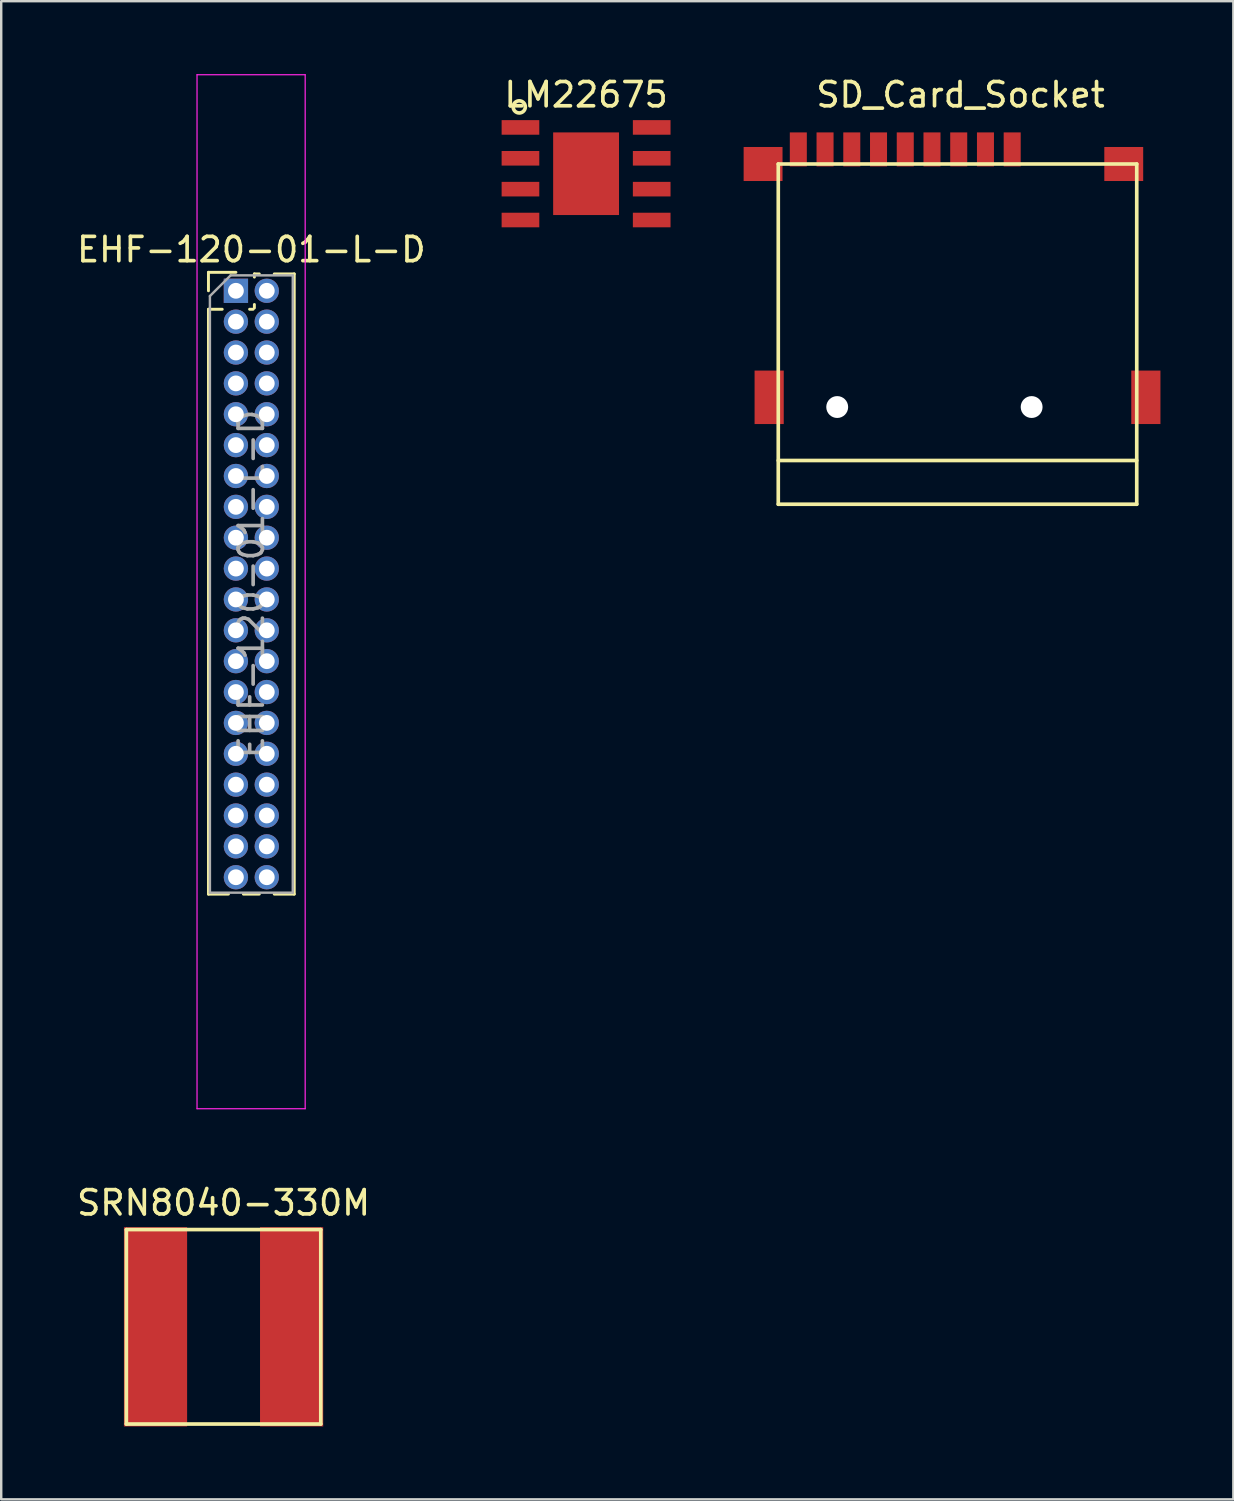
<source format=kicad_pcb>
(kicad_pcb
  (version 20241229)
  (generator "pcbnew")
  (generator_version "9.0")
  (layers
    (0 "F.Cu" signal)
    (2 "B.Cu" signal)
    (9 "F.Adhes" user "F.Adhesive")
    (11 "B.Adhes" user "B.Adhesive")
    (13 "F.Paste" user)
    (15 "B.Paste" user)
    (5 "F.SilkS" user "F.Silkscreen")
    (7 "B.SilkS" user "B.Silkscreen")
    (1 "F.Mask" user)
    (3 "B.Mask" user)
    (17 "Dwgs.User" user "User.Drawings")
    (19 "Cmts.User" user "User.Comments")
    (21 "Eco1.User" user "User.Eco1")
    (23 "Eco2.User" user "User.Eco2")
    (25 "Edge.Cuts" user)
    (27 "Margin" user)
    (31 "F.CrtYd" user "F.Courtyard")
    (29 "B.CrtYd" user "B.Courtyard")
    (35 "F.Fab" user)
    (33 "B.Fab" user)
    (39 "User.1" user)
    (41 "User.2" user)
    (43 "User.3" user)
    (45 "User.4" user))
  (footprint "EHF-120-01-L-D"
    (layer "F.Cu")
    (at 6.657 8.915)
    (property "Reference" "EHF-120-01-L-D" (at 0.635 -1.695 0) (layer "F.SilkS") (effects (font (size 1 1) (thickness 0.15))))
    (attr through_hole)
    (fp_line (start -1.13 -0.76) (end 0 -0.76) (stroke (width 0.12) (type solid)) (layer "F.SilkS"))
    (fp_line (start -1.13 0) (end -1.13 -0.76) (stroke (width 0.12) (type solid)) (layer "F.SilkS"))
    (fp_line (start -1.13 0.76) (end -1.13 24.825) (stroke (width 0.12) (type solid)) (layer "F.SilkS"))
    (fp_line (start -1.13 0.76) (end -0.563 0.76) (stroke (width 0.12) (type solid)) (layer "F.SilkS"))
    (fp_line (start -1.13 24.825) (end -0.308 24.825) (stroke (width 0.12) (type solid)) (layer "F.SilkS"))
    (fp_line (start 0.308 24.825) (end 0.962 24.825) (stroke (width 0.12) (type solid)) (layer "F.SilkS"))
    (fp_line (start 0.563 0.76) (end 0.707 0.76) (stroke (width 0.12) (type solid)) (layer "F.SilkS"))
    (fp_line (start 0.76 -0.695) (end 0.962 -0.695) (stroke (width 0.12) (type solid)) (layer "F.SilkS"))
    (fp_line (start 0.76 -0.563) (end 0.76 -0.695) (stroke (width 0.12) (type solid)) (layer "F.SilkS"))
    (fp_line (start 0.76 0.707) (end 0.76 0.563) (stroke (width 0.12) (type solid)) (layer "F.SilkS"))
    (fp_line (start 1.578 -0.695) (end 2.4 -0.695) (stroke (width 0.12) (type solid)) (layer "F.SilkS"))
    (fp_line (start 1.578 24.825) (end 2.4 24.825) (stroke (width 0.12) (type solid)) (layer "F.SilkS"))
    (fp_line (start 2.4 -0.695) (end 2.4 24.825) (stroke (width 0.12) (type solid)) (layer "F.SilkS"))
    (fp_line (start -1.6 -8.89) (end -1.6 33.655) (stroke (width 0.05) (type solid)) (layer "F.CrtYd"))
    (fp_line (start -1.6 33.655) (end 2.85 33.655) (stroke (width 0.05) (type solid)) (layer "F.CrtYd"))
    (fp_line (start 2.85 -8.89) (end -1.6 -8.89) (stroke (width 0.05) (type solid)) (layer "F.CrtYd"))
    (fp_line (start 2.85 33.655) (end 2.85 -8.89) (stroke (width 0.05) (type solid)) (layer "F.CrtYd"))
    (fp_line (start -1.07 0.217) (end -0.217 -0.635) (stroke (width 0.1) (type solid)) (layer "F.Fab"))
    (fp_line (start -1.07 24.765) (end -1.07 0.217) (stroke (width 0.1) (type solid)) (layer "F.Fab"))
    (fp_line (start -0.217 -0.635) (end 2.34 -0.635) (stroke (width 0.1) (type solid)) (layer "F.Fab"))
    (fp_line (start 2.34 -0.635) (end 2.34 24.765) (stroke (width 0.1) (type solid)) (layer "F.Fab"))
    (fp_line (start 2.34 24.765) (end -1.07 24.765) (stroke (width 0.1) (type solid)) (layer "F.Fab"))
    (fp_text user "${REFERENCE}" (at 0.635 12.065 90) (layer "F.Fab") (effects (font (size 1 1) (thickness 0.15))))
    (pad "1" thru_hole rect (at 0 0) (size 1 1) (drill 0.65) (layers "*.Cu" "*.Mask"))
    (pad "2" thru_hole oval (at 1.27 0) (size 1 1) (drill 0.65) (layers "*.Cu" "*.Mask"))
    (pad "3" thru_hole oval (at 0 1.27) (size 1 1) (drill 0.65) (layers "*.Cu" "*.Mask"))
    (pad "4" thru_hole oval (at 1.27 1.27) (size 1 1) (drill 0.65) (layers "*.Cu" "*.Mask"))
    (pad "5" thru_hole oval (at 0 2.54) (size 1 1) (drill 0.65) (layers "*.Cu" "*.Mask"))
    (pad "6" thru_hole oval (at 1.27 2.54) (size 1 1) (drill 0.65) (layers "*.Cu" "*.Mask"))
    (pad "7" thru_hole oval (at 0 3.81) (size 1 1) (drill 0.65) (layers "*.Cu" "*.Mask"))
    (pad "8" thru_hole oval (at 1.27 3.81) (size 1 1) (drill 0.65) (layers "*.Cu" "*.Mask"))
    (pad "9" thru_hole oval (at 0 5.08) (size 1 1) (drill 0.65) (layers "*.Cu" "*.Mask"))
    (pad "10" thru_hole oval (at 1.27 5.08) (size 1 1) (drill 0.65) (layers "*.Cu" "*.Mask"))
    (pad "11" thru_hole oval (at 0 6.35) (size 1 1) (drill 0.65) (layers "*.Cu" "*.Mask"))
    (pad "12" thru_hole oval (at 1.27 6.35) (size 1 1) (drill 0.65) (layers "*.Cu" "*.Mask"))
    (pad "13" thru_hole oval (at 0 7.62) (size 1 1) (drill 0.65) (layers "*.Cu" "*.Mask"))
    (pad "14" thru_hole oval (at 1.27 7.62) (size 1 1) (drill 0.65) (layers "*.Cu" "*.Mask"))
    (pad "15" thru_hole oval (at 0 8.89) (size 1 1) (drill 0.65) (layers "*.Cu" "*.Mask"))
    (pad "16" thru_hole oval (at 1.27 8.89) (size 1 1) (drill 0.65) (layers "*.Cu" "*.Mask"))
    (pad "17" thru_hole oval (at 0 10.16) (size 1 1) (drill 0.65) (layers "*.Cu" "*.Mask"))
    (pad "18" thru_hole oval (at 1.27 10.16) (size 1 1) (drill 0.65) (layers "*.Cu" "*.Mask"))
    (pad "19" thru_hole oval (at 0 11.43) (size 1 1) (drill 0.65) (layers "*.Cu" "*.Mask"))
    (pad "20" thru_hole oval (at 1.27 11.43) (size 1 1) (drill 0.65) (layers "*.Cu" "*.Mask"))
    (pad "21" thru_hole oval (at 0 12.7) (size 1 1) (drill 0.65) (layers "*.Cu" "*.Mask"))
    (pad "22" thru_hole oval (at 1.27 12.7) (size 1 1) (drill 0.65) (layers "*.Cu" "*.Mask"))
    (pad "23" thru_hole oval (at 0 13.97) (size 1 1) (drill 0.65) (layers "*.Cu" "*.Mask"))
    (pad "24" thru_hole oval (at 1.27 13.97) (size 1 1) (drill 0.65) (layers "*.Cu" "*.Mask"))
    (pad "25" thru_hole oval (at 0 15.24) (size 1 1) (drill 0.65) (layers "*.Cu" "*.Mask"))
    (pad "26" thru_hole oval (at 1.27 15.24) (size 1 1) (drill 0.65) (layers "*.Cu" "*.Mask"))
    (pad "27" thru_hole oval (at 0 16.51) (size 1 1) (drill 0.65) (layers "*.Cu" "*.Mask"))
    (pad "28" thru_hole oval (at 1.27 16.51) (size 1 1) (drill 0.65) (layers "*.Cu" "*.Mask"))
    (pad "29" thru_hole oval (at 0 17.78) (size 1 1) (drill 0.65) (layers "*.Cu" "*.Mask"))
    (pad "30" thru_hole oval (at 1.27 17.78) (size 1 1) (drill 0.65) (layers "*.Cu" "*.Mask"))
    (pad "31" thru_hole oval (at 0 19.05) (size 1 1) (drill 0.65) (layers "*.Cu" "*.Mask"))
    (pad "32" thru_hole oval (at 1.27 19.05) (size 1 1) (drill 0.65) (layers "*.Cu" "*.Mask"))
    (pad "33" thru_hole oval (at 0 20.32) (size 1 1) (drill 0.65) (layers "*.Cu" "*.Mask"))
    (pad "34" thru_hole oval (at 1.27 20.32) (size 1 1) (drill 0.65) (layers "*.Cu" "*.Mask"))
    (pad "35" thru_hole oval (at 0 21.59) (size 1 1) (drill 0.65) (layers "*.Cu" "*.Mask"))
    (pad "36" thru_hole oval (at 1.27 21.59) (size 1 1) (drill 0.65) (layers "*.Cu" "*.Mask"))
    (pad "37" thru_hole oval (at 0 22.86) (size 1 1) (drill 0.65) (layers "*.Cu" "*.Mask"))
    (pad "38" thru_hole oval (at 1.27 22.86) (size 1 1) (drill 0.65) (layers "*.Cu" "*.Mask"))
    (pad "39" thru_hole oval (at 0 24.13) (size 1 1) (drill 0.65) (layers "*.Cu" "*.Mask"))
    (pad "40" thru_hole oval (at 1.27 24.13) (size 1 1) (drill 0.65) (layers "*.Cu" "*.Mask")))
  (footprint "SD_Card_Socket"
    (layer "F.Cu")
    (at 36.348 13.698)
    (property "Reference" "SD_Card_Socket" (at 0.125 -12.85 0) (layer "F.SilkS") (effects (font (size 1 1) (thickness 0.15))))
    (attr through_hole)
    (fp_line (start -7.375 -10) (end -7.375 4) (stroke (width 0.15) (type solid)) (layer "F.SilkS"))
    (fp_line (start -7.375 2.2) (end 7.375 2.2) (stroke (width 0.15) (type solid)) (layer "F.SilkS"))
    (fp_line (start -7.375 4) (end 7.375 4) (stroke (width 0.15) (type solid)) (layer "F.SilkS"))
    (fp_line (start 7.375 -10) (end -7.375 -10) (stroke (width 0.15) (type solid)) (layer "F.SilkS"))
    (fp_line (start 7.375 4) (end 7.375 -10) (stroke (width 0.15) (type solid)) (layer "F.SilkS"))
    (pad "" np_thru_hole circle (at -4.95 0) (size 0.9 0.9) (drill 0.9) (layers "*.Cu" "*.Mask"))
    (pad "" np_thru_hole circle (at 3.05 0) (size 0.9 0.9) (drill 0.9) (layers "*.Cu" "*.Mask"))
    (pad "1" smd rect (at 2.25 -10.6) (size 0.7 1.4) (layers "F.Cu" "F.Mask" "F.Paste"))
    (pad "2" smd rect (at 1.15 -10.6) (size 0.7 1.4) (layers "F.Cu" "F.Mask" "F.Paste"))
    (pad "3" smd rect (at 0.05 -10.6) (size 0.7 1.4) (layers "F.Cu" "F.Mask" "F.Paste"))
    (pad "4" smd rect (at -1.05 -10.6) (size 0.7 1.4) (layers "F.Cu" "F.Mask" "F.Paste"))
    (pad "5" smd rect (at -2.15 -10.6) (size 0.7 1.4) (layers "F.Cu" "F.Mask" "F.Paste"))
    (pad "6" smd rect (at -3.25 -10.6) (size 0.7 1.4) (layers "F.Cu" "F.Mask" "F.Paste"))
    (pad "7" smd rect (at -4.35 -10.6) (size 0.7 1.4) (layers "F.Cu" "F.Mask" "F.Paste"))
    (pad "8" smd rect (at -5.45 -10.6) (size 0.7 1.4) (layers "F.Cu" "F.Mask" "F.Paste"))
    (pad "9" smd rect (at -8 -10) (size 1.6 1.4) (layers "F.Cu" "F.Mask" "F.Paste"))
    (pad "9" smd rect (at -7.75 -0.4) (size 1.2 2.2) (layers "F.Cu" "F.Mask" "F.Paste"))
    (pad "9" smd rect (at 6.84 -10) (size 1.6 1.4) (layers "F.Cu" "F.Mask" "F.Paste"))
    (pad "9" smd rect (at 7.75 -0.4) (size 1.2 2.2) (layers "F.Cu" "F.Mask" "F.Paste"))
    (pad "10" smd rect (at -6.55 -10.6) (size 0.7 1.4) (layers "F.Cu" "F.Mask" "F.Paste")))
  (footprint "LM22675"
    (layer "F.Cu")
    (at 21.065 4.098)
    (property "Reference" "LM22675" (at 0 -3.25 0) (layer "F.SilkS") (effects (font (size 1 1) (thickness 0.15))))
    (attr through_hole)
    (fp_circle (center -2.75 -2.75) (end -2.5 -2.75) (stroke (width 0.15) (type solid)) (fill no) (layer "F.SilkS"))
    (pad "1" smd rect (at -2.7 -1.905) (size 1.55 0.6) (layers "F.Cu" "F.Mask" "F.Paste"))
    (pad "2" smd rect (at -2.7 -0.635) (size 1.55 0.6) (layers "F.Cu" "F.Mask" "F.Paste"))
    (pad "3" smd rect (at -2.7 0.635) (size 1.55 0.6) (layers "F.Cu" "F.Mask" "F.Paste"))
    (pad "4" smd rect (at -2.7 1.905) (size 1.55 0.6) (layers "F.Cu" "F.Mask" "F.Paste"))
    (pad "5" smd rect (at 2.7 1.905) (size 1.55 0.6) (layers "F.Cu" "F.Mask" "F.Paste"))
    (pad "6" smd rect (at 2.7 0.635) (size 1.55 0.6) (layers "F.Cu" "F.Mask" "F.Paste"))
    (pad "7" smd rect (at 2.7 -0.635) (size 1.55 0.6) (layers "F.Cu" "F.Mask" "F.Paste"))
    (pad "8" smd rect (at 2.7 -1.905) (size 1.55 0.6) (layers "F.Cu" "F.Mask" "F.Paste"))
    (pad "9" smd rect (at 0 0) (size 2.71 3.4) (layers "F.Cu" "F.Mask" "F.Paste")))
  (footprint "SRN8040-330M"
    (layer "F.Cu")
    (at 6.149 51.543)
    (property "Reference" "SRN8040-330M" (at 0 -5.1 0) (layer "F.SilkS") (effects (font (size 1 1) (thickness 0.15))))
    (attr through_hole)
    (fp_line (start -4 -4) (end 4 -4) (stroke (width 0.15) (type solid)) (layer "F.SilkS"))
    (fp_line (start -4 4) (end -4 -4) (stroke (width 0.15) (type solid)) (layer "F.SilkS"))
    (fp_line (start 4 -4) (end 4 4) (stroke (width 0.15) (type solid)) (layer "F.SilkS"))
    (fp_line (start 4 4) (end -4 4) (stroke (width 0.15) (type solid)) (layer "F.SilkS"))
    (pad "1" smd rect (at -2.8 0) (size 2.6 8.2) (layers "F.Cu" "F.Mask" "F.Paste"))
    (pad "2" smd rect (at 2.8 0) (size 2.6 8.2) (layers "F.Cu" "F.Mask" "F.Paste")))
  (gr_rect
    (start -3 -3)
    (end 47.698 58.643)
    (stroke (width 0.1) (type default))
    (fill no)
    (layer "Edge.Cuts")))
</source>
